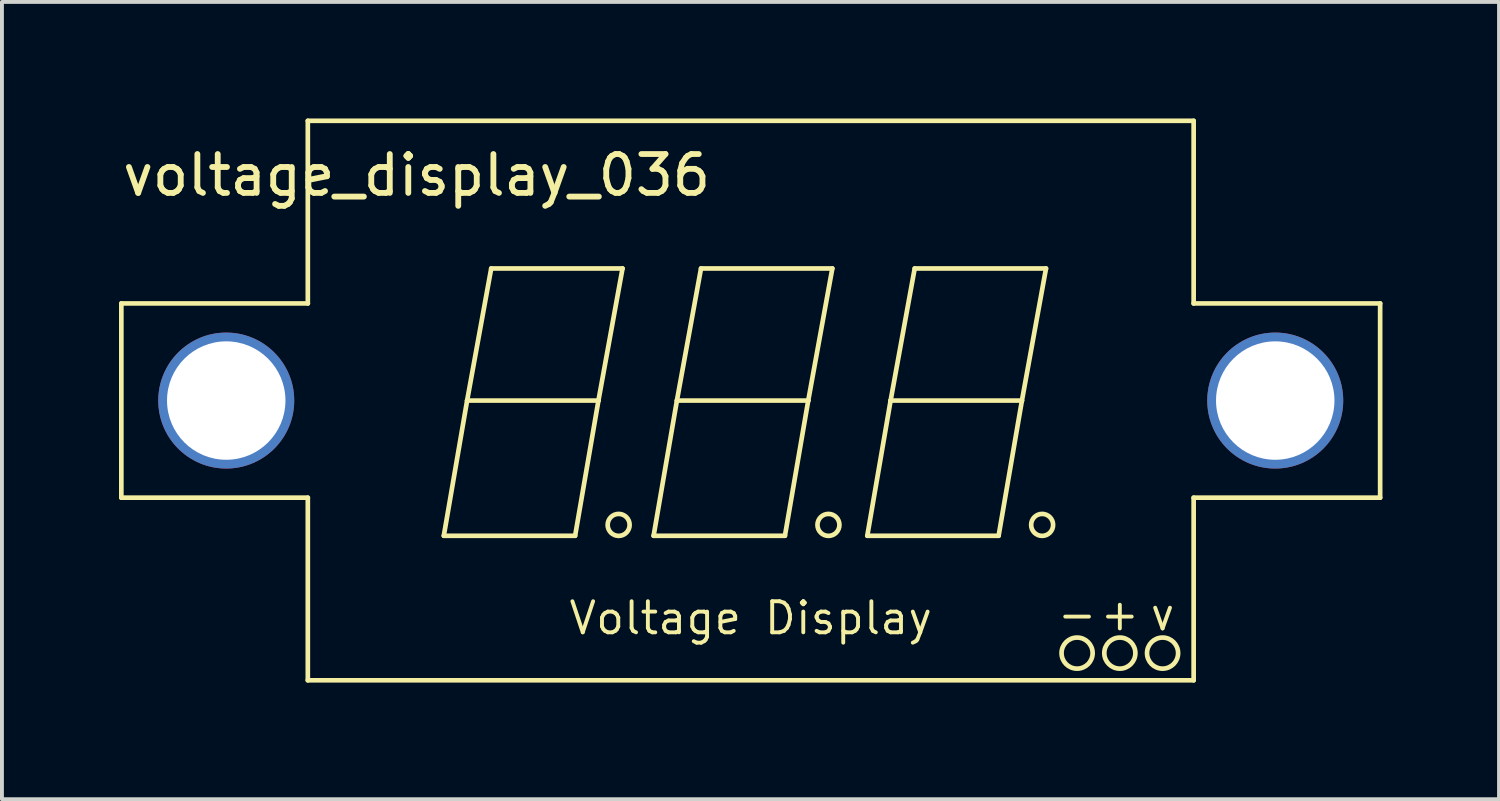
<source format=kicad_pcb>
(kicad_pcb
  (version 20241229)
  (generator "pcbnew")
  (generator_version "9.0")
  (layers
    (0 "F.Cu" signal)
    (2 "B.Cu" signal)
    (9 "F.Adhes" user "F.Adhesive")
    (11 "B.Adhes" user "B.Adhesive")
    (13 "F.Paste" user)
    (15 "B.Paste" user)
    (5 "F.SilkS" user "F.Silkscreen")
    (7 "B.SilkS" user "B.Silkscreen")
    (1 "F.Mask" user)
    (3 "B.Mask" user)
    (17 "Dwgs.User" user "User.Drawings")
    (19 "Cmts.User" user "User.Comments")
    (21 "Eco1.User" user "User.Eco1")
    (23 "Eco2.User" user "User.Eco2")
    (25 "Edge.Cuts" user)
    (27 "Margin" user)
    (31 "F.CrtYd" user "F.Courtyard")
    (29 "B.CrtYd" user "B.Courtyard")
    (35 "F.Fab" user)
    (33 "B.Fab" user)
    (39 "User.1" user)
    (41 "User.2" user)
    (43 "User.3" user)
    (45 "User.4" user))
  (footprint "voltage_display_036"
    (layer "F.Cu")
    (at 16.273 7.26)
    (property "Reference" "voltage_display_036" (at -8.6 -5.8 0) (layer "F.SilkS") (effects (font (size 1 1) (thickness 0.15))))
    (attr through_hole)
    (fp_line (start -16.2 2.5) (end -16.2 -2.5) (stroke (width 0.12) (type solid)) (layer "F.SilkS"))
    (fp_line (start -16.2 2.5) (end -11.4 2.5) (stroke (width 0.12) (type solid)) (layer "F.SilkS"))
    (fp_line (start -11.4 -7.2) (end 11.4 -7.2) (stroke (width 0.12) (type solid)) (layer "F.SilkS"))
    (fp_line (start -11.4 -2.5) (end -16.2 -2.5) (stroke (width 0.12) (type solid)) (layer "F.SilkS"))
    (fp_line (start -11.4 -2.5) (end -11.4 -7.2) (stroke (width 0.12) (type solid)) (layer "F.SilkS"))
    (fp_line (start -11.4 2.5) (end -11.4 7.2) (stroke (width 0.12) (type solid)) (layer "F.SilkS"))
    (fp_line (start -7.9 3.48) (end -7.3 0) (stroke (width 0.12) (type solid)) (layer "F.SilkS"))
    (fp_line (start -7.9 3.48) (end -4.52 3.48) (stroke (width 0.12) (type solid)) (layer "F.SilkS"))
    (fp_line (start -7.3 0) (end -3.92 0) (stroke (width 0.12) (type solid)) (layer "F.SilkS"))
    (fp_line (start -6.68 -3.4) (end -7.3 0) (stroke (width 0.12) (type solid)) (layer "F.SilkS"))
    (fp_line (start -6.68 -3.4) (end -3.3 -3.4) (stroke (width 0.12) (type solid)) (layer "F.SilkS"))
    (fp_line (start -4.52 3.48) (end -3.92 0) (stroke (width 0.12) (type solid)) (layer "F.SilkS"))
    (fp_line (start -3.3 -3.4) (end -3.92 0) (stroke (width 0.12) (type solid)) (layer "F.SilkS"))
    (fp_line (start -2.5 3.48) (end -1.9 0) (stroke (width 0.12) (type solid)) (layer "F.SilkS"))
    (fp_line (start -2.5 3.48) (end 0.88 3.48) (stroke (width 0.12) (type solid)) (layer "F.SilkS"))
    (fp_line (start -1.9 0) (end 1.48 0) (stroke (width 0.12) (type solid)) (layer "F.SilkS"))
    (fp_line (start -1.28 -3.4) (end -1.9 0) (stroke (width 0.12) (type solid)) (layer "F.SilkS"))
    (fp_line (start -1.28 -3.4) (end 2.1 -3.4) (stroke (width 0.12) (type solid)) (layer "F.SilkS"))
    (fp_line (start 0.88 3.48) (end 1.48 0) (stroke (width 0.12) (type solid)) (layer "F.SilkS"))
    (fp_line (start 2.1 -3.4) (end 1.48 0) (stroke (width 0.12) (type solid)) (layer "F.SilkS"))
    (fp_line (start 3 3.48) (end 3.6 0) (stroke (width 0.12) (type solid)) (layer "F.SilkS"))
    (fp_line (start 3 3.48) (end 6.38 3.48) (stroke (width 0.12) (type solid)) (layer "F.SilkS"))
    (fp_line (start 3.6 0) (end 6.98 0) (stroke (width 0.12) (type solid)) (layer "F.SilkS"))
    (fp_line (start 4.22 -3.4) (end 3.6 0) (stroke (width 0.12) (type solid)) (layer "F.SilkS"))
    (fp_line (start 4.22 -3.4) (end 7.6 -3.4) (stroke (width 0.12) (type solid)) (layer "F.SilkS"))
    (fp_line (start 6.38 3.48) (end 6.98 0) (stroke (width 0.12) (type solid)) (layer "F.SilkS"))
    (fp_line (start 7.6 -3.4) (end 6.98 0) (stroke (width 0.12) (type solid)) (layer "F.SilkS"))
    (fp_line (start 11.4 -2.5) (end 11.4 -7.2) (stroke (width 0.12) (type solid)) (layer "F.SilkS"))
    (fp_line (start 11.4 -2.5) (end 16.2 -2.5) (stroke (width 0.12) (type solid)) (layer "F.SilkS"))
    (fp_line (start 11.4 2.5) (end 11.4 7.2) (stroke (width 0.12) (type solid)) (layer "F.SilkS"))
    (fp_line (start 11.4 7.2) (end -11.4 7.2) (stroke (width 0.12) (type solid)) (layer "F.SilkS"))
    (fp_line (start 16.2 -2.5) (end 16.2 2.5) (stroke (width 0.12) (type solid)) (layer "F.SilkS"))
    (fp_line (start 16.2 2.5) (end 11.4 2.5) (stroke (width 0.12) (type solid)) (layer "F.SilkS"))
    (fp_circle (center -3.4 3.2) (end -3.2 3) (stroke (width 0.12) (type solid)) (fill no) (layer "F.SilkS"))
    (fp_circle (center 2 3.2) (end 2.2 3) (stroke (width 0.12) (type solid)) (fill no) (layer "F.SilkS"))
    (fp_circle (center 7.5 3.2) (end 7.7 3) (stroke (width 0.12) (type solid)) (fill no) (layer "F.SilkS"))
    (fp_circle (center 8.4 6.5) (end 8.4 6.1) (stroke (width 0.12) (type solid)) (fill no) (layer "F.SilkS"))
    (fp_circle (center 9.5 6.5) (end 9.5 6.1) (stroke (width 0.12) (type solid)) (fill no) (layer "F.SilkS"))
    (fp_circle (center 10.6 6.5) (end 10.6 6.1) (stroke (width 0.12) (type solid)) (fill no) (layer "F.SilkS"))
    (fp_text user "Voltage Display" (at 0 5.6 0) (layer "F.SilkS") (effects (font (size 0.8 0.8) (thickness 0.1))))
    (fp_text user "+" (at 9.5 5.5 0) (layer "F.SilkS") (effects (font (size 0.8 0.8) (thickness 0.1))))
    (fp_text user "v" (at 10.6 5.5 0) (layer "F.SilkS") (effects (font (size 0.8 0.8) (thickness 0.1))))
    (fp_text user "-" (at 8.4 5.5 0) (layer "F.SilkS") (effects (font (size 0.8 0.8) (thickness 0.1))))
    (pad "" np_thru_hole circle (at -13.5 0 180) (size 3.5 3.5) (drill 3.048) (layers "*.Cu" "*.Mask"))
    (pad "" np_thru_hole circle (at 13.5 0) (size 3.5 3.5) (drill 3.048) (layers "*.Cu" "*.Mask")))
  (gr_rect
    (start -3 -3)
    (end 35.533 17.52)
    (stroke (width 0.1) (type default))
    (fill no)
    (layer "Edge.Cuts")))
</source>
